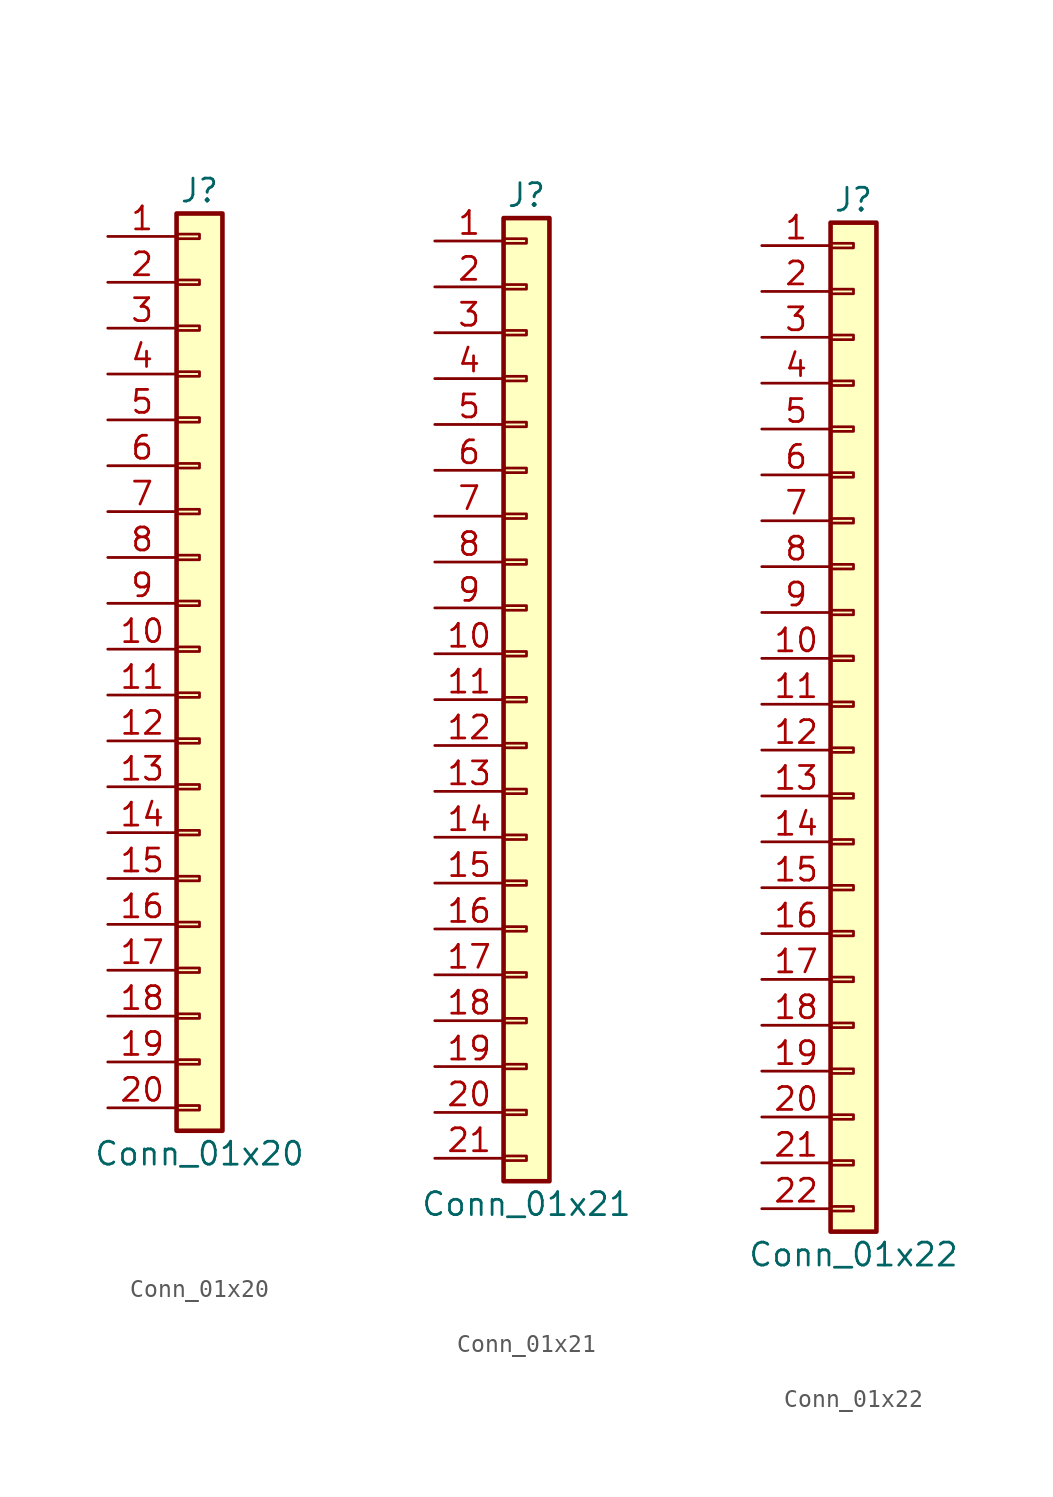
<source format=kicad_sym>
(kicad_symbol_lib
  (version 20220914)
  (generator kicad_symbol_editor)
  (symbol "Conn_01x20"
    (pin_names
      (offset 1.016) hide)
    (property "Reference" "J"
      (at 0 25.4 0)
      (effects (font (size 1.27 1.27))))
    (property "Value" "Conn_01x20"
      (at 0 -27.94 0)
      (effects (font (size 1.27 1.27))))
    (symbol "Conn_01x20_1_1"
      (rectangle (start -1.27 -25.273) (end 0 -25.527) (stroke (width 0.152) (type solid)) (fill (type none)))
      (rectangle (start -1.27 -22.733) (end 0 -22.987) (stroke (width 0.152) (type solid)) (fill (type none)))
      (rectangle (start -1.27 -20.193) (end 0 -20.447) (stroke (width 0.152) (type solid)) (fill (type none)))
      (rectangle (start -1.27 -17.653) (end 0 -17.907) (stroke (width 0.152) (type solid)) (fill (type none)))
      (rectangle (start -1.27 -15.113) (end 0 -15.367) (stroke (width 0.152) (type solid)) (fill (type none)))
      (rectangle (start -1.27 -12.573) (end 0 -12.827) (stroke (width 0.152) (type solid)) (fill (type none)))
      (rectangle (start -1.27 -10.033) (end 0 -10.287) (stroke (width 0.152) (type solid)) (fill (type none)))
      (rectangle (start -1.27 -7.493) (end 0 -7.747) (stroke (width 0.152) (type solid)) (fill (type none)))
      (rectangle (start -1.27 -4.953) (end 0 -5.207) (stroke (width 0.152) (type solid)) (fill (type none)))
      (rectangle (start -1.27 -2.413) (end 0 -2.667) (stroke (width 0.152) (type solid)) (fill (type none)))
      (rectangle (start -1.27 0.127) (end 0 -0.127) (stroke (width 0.152) (type solid)) (fill (type none)))
      (rectangle (start -1.27 2.667) (end 0 2.413) (stroke (width 0.152) (type solid)) (fill (type none)))
      (rectangle (start -1.27 5.207) (end 0 4.953) (stroke (width 0.152) (type solid)) (fill (type none)))
      (rectangle (start -1.27 7.747) (end 0 7.493) (stroke (width 0.152) (type solid)) (fill (type none)))
      (rectangle (start -1.27 10.287) (end 0 10.033) (stroke (width 0.152) (type solid)) (fill (type none)))
      (rectangle (start -1.27 12.827) (end 0 12.573) (stroke (width 0.152) (type solid)) (fill (type none)))
      (rectangle (start -1.27 15.367) (end 0 15.113) (stroke (width 0.152) (type solid)) (fill (type none)))
      (rectangle (start -1.27 17.907) (end 0 17.653) (stroke (width 0.152) (type solid)) (fill (type none)))
      (rectangle (start -1.27 20.447) (end 0 20.193) (stroke (width 0.152) (type solid)) (fill (type none)))
      (rectangle (start -1.27 22.987) (end 0 22.733) (stroke (width 0.152) (type solid)) (fill (type none)))
      (rectangle (start -1.27 24.13) (end 1.27 -26.67) (stroke (width 0.254) (type solid)) (fill (type background)))
      (pin passive line (at -5.08 22.86 0) (length 3.81) (name "Pin_1" (effects (font (size 1.27 1.27)))) (number "1" (effects (font (size 1.27 1.27)))))
      (pin passive line (at -5.08 0 0) (length 3.81) (name "Pin_10" (effects (font (size 1.27 1.27)))) (number "10" (effects (font (size 1.27 1.27)))))
      (pin passive line (at -5.08 -2.54 0) (length 3.81) (name "Pin_11" (effects (font (size 1.27 1.27)))) (number "11" (effects (font (size 1.27 1.27)))))
      (pin passive line (at -5.08 -5.08 0) (length 3.81) (name "Pin_12" (effects (font (size 1.27 1.27)))) (number "12" (effects (font (size 1.27 1.27)))))
      (pin passive line (at -5.08 -7.62 0) (length 3.81) (name "Pin_13" (effects (font (size 1.27 1.27)))) (number "13" (effects (font (size 1.27 1.27)))))
      (pin passive line (at -5.08 -10.16 0) (length 3.81) (name "Pin_14" (effects (font (size 1.27 1.27)))) (number "14" (effects (font (size 1.27 1.27)))))
      (pin passive line (at -5.08 -12.7 0) (length 3.81) (name "Pin_15" (effects (font (size 1.27 1.27)))) (number "15" (effects (font (size 1.27 1.27)))))
      (pin passive line (at -5.08 -15.24 0) (length 3.81) (name "Pin_16" (effects (font (size 1.27 1.27)))) (number "16" (effects (font (size 1.27 1.27)))))
      (pin passive line (at -5.08 -17.78 0) (length 3.81) (name "Pin_17" (effects (font (size 1.27 1.27)))) (number "17" (effects (font (size 1.27 1.27)))))
      (pin passive line (at -5.08 -20.32 0) (length 3.81) (name "Pin_18" (effects (font (size 1.27 1.27)))) (number "18" (effects (font (size 1.27 1.27)))))
      (pin passive line (at -5.08 -22.86 0) (length 3.81) (name "Pin_19" (effects (font (size 1.27 1.27)))) (number "19" (effects (font (size 1.27 1.27)))))
      (pin passive line (at -5.08 20.32 0) (length 3.81) (name "Pin_2" (effects (font (size 1.27 1.27)))) (number "2" (effects (font (size 1.27 1.27)))))
      (pin passive line (at -5.08 -25.4 0) (length 3.81) (name "Pin_20" (effects (font (size 1.27 1.27)))) (number "20" (effects (font (size 1.27 1.27)))))
      (pin passive line (at -5.08 17.78 0) (length 3.81) (name "Pin_3" (effects (font (size 1.27 1.27)))) (number "3" (effects (font (size 1.27 1.27)))))
      (pin passive line (at -5.08 15.24 0) (length 3.81) (name "Pin_4" (effects (font (size 1.27 1.27)))) (number "4" (effects (font (size 1.27 1.27)))))
      (pin passive line (at -5.08 12.7 0) (length 3.81) (name "Pin_5" (effects (font (size 1.27 1.27)))) (number "5" (effects (font (size 1.27 1.27)))))
      (pin passive line (at -5.08 10.16 0) (length 3.81) (name "Pin_6" (effects (font (size 1.27 1.27)))) (number "6" (effects (font (size 1.27 1.27)))))
      (pin passive line (at -5.08 7.62 0) (length 3.81) (name "Pin_7" (effects (font (size 1.27 1.27)))) (number "7" (effects (font (size 1.27 1.27)))))
      (pin passive line (at -5.08 5.08 0) (length 3.81) (name "Pin_8" (effects (font (size 1.27 1.27)))) (number "8" (effects (font (size 1.27 1.27)))))
      (pin passive line (at -5.08 2.54 0) (length 3.81) (name "Pin_9" (effects (font (size 1.27 1.27)))) (number "9" (effects (font (size 1.27 1.27)))))))
  (symbol "Conn_01x21"
    (pin_names
      (offset 1.016) hide)
    (property "Reference" "J"
      (at 0 27.94 0)
      (effects (font (size 1.27 1.27))))
    (property "Value" "Conn_01x21"
      (at 0 -27.94 0)
      (effects (font (size 1.27 1.27))))
    (symbol "Conn_01x21_1_1"
      (rectangle (start -1.27 -25.273) (end 0 -25.527) (stroke (width 0.152) (type solid)) (fill (type none)))
      (rectangle (start -1.27 -22.733) (end 0 -22.987) (stroke (width 0.152) (type solid)) (fill (type none)))
      (rectangle (start -1.27 -20.193) (end 0 -20.447) (stroke (width 0.152) (type solid)) (fill (type none)))
      (rectangle (start -1.27 -17.653) (end 0 -17.907) (stroke (width 0.152) (type solid)) (fill (type none)))
      (rectangle (start -1.27 -15.113) (end 0 -15.367) (stroke (width 0.152) (type solid)) (fill (type none)))
      (rectangle (start -1.27 -12.573) (end 0 -12.827) (stroke (width 0.152) (type solid)) (fill (type none)))
      (rectangle (start -1.27 -10.033) (end 0 -10.287) (stroke (width 0.152) (type solid)) (fill (type none)))
      (rectangle (start -1.27 -7.493) (end 0 -7.747) (stroke (width 0.152) (type solid)) (fill (type none)))
      (rectangle (start -1.27 -4.953) (end 0 -5.207) (stroke (width 0.152) (type solid)) (fill (type none)))
      (rectangle (start -1.27 -2.413) (end 0 -2.667) (stroke (width 0.152) (type solid)) (fill (type none)))
      (rectangle (start -1.27 0.127) (end 0 -0.127) (stroke (width 0.152) (type solid)) (fill (type none)))
      (rectangle (start -1.27 2.667) (end 0 2.413) (stroke (width 0.152) (type solid)) (fill (type none)))
      (rectangle (start -1.27 5.207) (end 0 4.953) (stroke (width 0.152) (type solid)) (fill (type none)))
      (rectangle (start -1.27 7.747) (end 0 7.493) (stroke (width 0.152) (type solid)) (fill (type none)))
      (rectangle (start -1.27 10.287) (end 0 10.033) (stroke (width 0.152) (type solid)) (fill (type none)))
      (rectangle (start -1.27 12.827) (end 0 12.573) (stroke (width 0.152) (type solid)) (fill (type none)))
      (rectangle (start -1.27 15.367) (end 0 15.113) (stroke (width 0.152) (type solid)) (fill (type none)))
      (rectangle (start -1.27 17.907) (end 0 17.653) (stroke (width 0.152) (type solid)) (fill (type none)))
      (rectangle (start -1.27 20.447) (end 0 20.193) (stroke (width 0.152) (type solid)) (fill (type none)))
      (rectangle (start -1.27 22.987) (end 0 22.733) (stroke (width 0.152) (type solid)) (fill (type none)))
      (rectangle (start -1.27 25.527) (end 0 25.273) (stroke (width 0.152) (type solid)) (fill (type none)))
      (rectangle (start -1.27 26.67) (end 1.27 -26.67) (stroke (width 0.254) (type solid)) (fill (type background)))
      (pin passive line (at -5.08 25.4 0) (length 3.81) (name "Pin_1" (effects (font (size 1.27 1.27)))) (number "1" (effects (font (size 1.27 1.27)))))
      (pin passive line (at -5.08 2.54 0) (length 3.81) (name "Pin_10" (effects (font (size 1.27 1.27)))) (number "10" (effects (font (size 1.27 1.27)))))
      (pin passive line (at -5.08 0 0) (length 3.81) (name "Pin_11" (effects (font (size 1.27 1.27)))) (number "11" (effects (font (size 1.27 1.27)))))
      (pin passive line (at -5.08 -2.54 0) (length 3.81) (name "Pin_12" (effects (font (size 1.27 1.27)))) (number "12" (effects (font (size 1.27 1.27)))))
      (pin passive line (at -5.08 -5.08 0) (length 3.81) (name "Pin_13" (effects (font (size 1.27 1.27)))) (number "13" (effects (font (size 1.27 1.27)))))
      (pin passive line (at -5.08 -7.62 0) (length 3.81) (name "Pin_14" (effects (font (size 1.27 1.27)))) (number "14" (effects (font (size 1.27 1.27)))))
      (pin passive line (at -5.08 -10.16 0) (length 3.81) (name "Pin_15" (effects (font (size 1.27 1.27)))) (number "15" (effects (font (size 1.27 1.27)))))
      (pin passive line (at -5.08 -12.7 0) (length 3.81) (name "Pin_16" (effects (font (size 1.27 1.27)))) (number "16" (effects (font (size 1.27 1.27)))))
      (pin passive line (at -5.08 -15.24 0) (length 3.81) (name "Pin_17" (effects (font (size 1.27 1.27)))) (number "17" (effects (font (size 1.27 1.27)))))
      (pin passive line (at -5.08 -17.78 0) (length 3.81) (name "Pin_18" (effects (font (size 1.27 1.27)))) (number "18" (effects (font (size 1.27 1.27)))))
      (pin passive line (at -5.08 -20.32 0) (length 3.81) (name "Pin_19" (effects (font (size 1.27 1.27)))) (number "19" (effects (font (size 1.27 1.27)))))
      (pin passive line (at -5.08 22.86 0) (length 3.81) (name "Pin_2" (effects (font (size 1.27 1.27)))) (number "2" (effects (font (size 1.27 1.27)))))
      (pin passive line (at -5.08 -22.86 0) (length 3.81) (name "Pin_20" (effects (font (size 1.27 1.27)))) (number "20" (effects (font (size 1.27 1.27)))))
      (pin passive line (at -5.08 -25.4 0) (length 3.81) (name "Pin_21" (effects (font (size 1.27 1.27)))) (number "21" (effects (font (size 1.27 1.27)))))
      (pin passive line (at -5.08 20.32 0) (length 3.81) (name "Pin_3" (effects (font (size 1.27 1.27)))) (number "3" (effects (font (size 1.27 1.27)))))
      (pin passive line (at -5.08 17.78 0) (length 3.81) (name "Pin_4" (effects (font (size 1.27 1.27)))) (number "4" (effects (font (size 1.27 1.27)))))
      (pin passive line (at -5.08 15.24 0) (length 3.81) (name "Pin_5" (effects (font (size 1.27 1.27)))) (number "5" (effects (font (size 1.27 1.27)))))
      (pin passive line (at -5.08 12.7 0) (length 3.81) (name "Pin_6" (effects (font (size 1.27 1.27)))) (number "6" (effects (font (size 1.27 1.27)))))
      (pin passive line (at -5.08 10.16 0) (length 3.81) (name "Pin_7" (effects (font (size 1.27 1.27)))) (number "7" (effects (font (size 1.27 1.27)))))
      (pin passive line (at -5.08 7.62 0) (length 3.81) (name "Pin_8" (effects (font (size 1.27 1.27)))) (number "8" (effects (font (size 1.27 1.27)))))
      (pin passive line (at -5.08 5.08 0) (length 3.81) (name "Pin_9" (effects (font (size 1.27 1.27)))) (number "9" (effects (font (size 1.27 1.27)))))))
  (symbol "Conn_01x22"
    (pin_names
      (offset 1.016) hide)
    (property "Reference" "J"
      (at 0 27.94 0)
      (effects (font (size 1.27 1.27))))
    (property "Value" "Conn_01x22"
      (at 0 -30.48 0)
      (effects (font (size 1.27 1.27))))
    (symbol "Conn_01x22_1_1"
      (rectangle (start -1.27 -27.813) (end 0 -28.067) (stroke (width 0.152) (type solid)) (fill (type none)))
      (rectangle (start -1.27 -25.273) (end 0 -25.527) (stroke (width 0.152) (type solid)) (fill (type none)))
      (rectangle (start -1.27 -22.733) (end 0 -22.987) (stroke (width 0.152) (type solid)) (fill (type none)))
      (rectangle (start -1.27 -20.193) (end 0 -20.447) (stroke (width 0.152) (type solid)) (fill (type none)))
      (rectangle (start -1.27 -17.653) (end 0 -17.907) (stroke (width 0.152) (type solid)) (fill (type none)))
      (rectangle (start -1.27 -15.113) (end 0 -15.367) (stroke (width 0.152) (type solid)) (fill (type none)))
      (rectangle (start -1.27 -12.573) (end 0 -12.827) (stroke (width 0.152) (type solid)) (fill (type none)))
      (rectangle (start -1.27 -10.033) (end 0 -10.287) (stroke (width 0.152) (type solid)) (fill (type none)))
      (rectangle (start -1.27 -7.493) (end 0 -7.747) (stroke (width 0.152) (type solid)) (fill (type none)))
      (rectangle (start -1.27 -4.953) (end 0 -5.207) (stroke (width 0.152) (type solid)) (fill (type none)))
      (rectangle (start -1.27 -2.413) (end 0 -2.667) (stroke (width 0.152) (type solid)) (fill (type none)))
      (rectangle (start -1.27 0.127) (end 0 -0.127) (stroke (width 0.152) (type solid)) (fill (type none)))
      (rectangle (start -1.27 2.667) (end 0 2.413) (stroke (width 0.152) (type solid)) (fill (type none)))
      (rectangle (start -1.27 5.207) (end 0 4.953) (stroke (width 0.152) (type solid)) (fill (type none)))
      (rectangle (start -1.27 7.747) (end 0 7.493) (stroke (width 0.152) (type solid)) (fill (type none)))
      (rectangle (start -1.27 10.287) (end 0 10.033) (stroke (width 0.152) (type solid)) (fill (type none)))
      (rectangle (start -1.27 12.827) (end 0 12.573) (stroke (width 0.152) (type solid)) (fill (type none)))
      (rectangle (start -1.27 15.367) (end 0 15.113) (stroke (width 0.152) (type solid)) (fill (type none)))
      (rectangle (start -1.27 17.907) (end 0 17.653) (stroke (width 0.152) (type solid)) (fill (type none)))
      (rectangle (start -1.27 20.447) (end 0 20.193) (stroke (width 0.152) (type solid)) (fill (type none)))
      (rectangle (start -1.27 22.987) (end 0 22.733) (stroke (width 0.152) (type solid)) (fill (type none)))
      (rectangle (start -1.27 25.527) (end 0 25.273) (stroke (width 0.152) (type solid)) (fill (type none)))
      (rectangle (start -1.27 26.67) (end 1.27 -29.21) (stroke (width 0.254) (type solid)) (fill (type background)))
      (pin passive line (at -5.08 25.4 0) (length 3.81) (name "Pin_1" (effects (font (size 1.27 1.27)))) (number "1" (effects (font (size 1.27 1.27)))))
      (pin passive line (at -5.08 2.54 0) (length 3.81) (name "Pin_10" (effects (font (size 1.27 1.27)))) (number "10" (effects (font (size 1.27 1.27)))))
      (pin passive line (at -5.08 0 0) (length 3.81) (name "Pin_11" (effects (font (size 1.27 1.27)))) (number "11" (effects (font (size 1.27 1.27)))))
      (pin passive line (at -5.08 -2.54 0) (length 3.81) (name "Pin_12" (effects (font (size 1.27 1.27)))) (number "12" (effects (font (size 1.27 1.27)))))
      (pin passive line (at -5.08 -5.08 0) (length 3.81) (name "Pin_13" (effects (font (size 1.27 1.27)))) (number "13" (effects (font (size 1.27 1.27)))))
      (pin passive line (at -5.08 -7.62 0) (length 3.81) (name "Pin_14" (effects (font (size 1.27 1.27)))) (number "14" (effects (font (size 1.27 1.27)))))
      (pin passive line (at -5.08 -10.16 0) (length 3.81) (name "Pin_15" (effects (font (size 1.27 1.27)))) (number "15" (effects (font (size 1.27 1.27)))))
      (pin passive line (at -5.08 -12.7 0) (length 3.81) (name "Pin_16" (effects (font (size 1.27 1.27)))) (number "16" (effects (font (size 1.27 1.27)))))
      (pin passive line (at -5.08 -15.24 0) (length 3.81) (name "Pin_17" (effects (font (size 1.27 1.27)))) (number "17" (effects (font (size 1.27 1.27)))))
      (pin passive line (at -5.08 -17.78 0) (length 3.81) (name "Pin_18" (effects (font (size 1.27 1.27)))) (number "18" (effects (font (size 1.27 1.27)))))
      (pin passive line (at -5.08 -20.32 0) (length 3.81) (name "Pin_19" (effects (font (size 1.27 1.27)))) (number "19" (effects (font (size 1.27 1.27)))))
      (pin passive line (at -5.08 22.86 0) (length 3.81) (name "Pin_2" (effects (font (size 1.27 1.27)))) (number "2" (effects (font (size 1.27 1.27)))))
      (pin passive line (at -5.08 -22.86 0) (length 3.81) (name "Pin_20" (effects (font (size 1.27 1.27)))) (number "20" (effects (font (size 1.27 1.27)))))
      (pin passive line (at -5.08 -25.4 0) (length 3.81) (name "Pin_21" (effects (font (size 1.27 1.27)))) (number "21" (effects (font (size 1.27 1.27)))))
      (pin passive line (at -5.08 -27.94 0) (length 3.81) (name "Pin_22" (effects (font (size 1.27 1.27)))) (number "22" (effects (font (size 1.27 1.27)))))
      (pin passive line (at -5.08 20.32 0) (length 3.81) (name "Pin_3" (effects (font (size 1.27 1.27)))) (number "3" (effects (font (size 1.27 1.27)))))
      (pin passive line (at -5.08 17.78 0) (length 3.81) (name "Pin_4" (effects (font (size 1.27 1.27)))) (number "4" (effects (font (size 1.27 1.27)))))
      (pin passive line (at -5.08 15.24 0) (length 3.81) (name "Pin_5" (effects (font (size 1.27 1.27)))) (number "5" (effects (font (size 1.27 1.27)))))
      (pin passive line (at -5.08 12.7 0) (length 3.81) (name "Pin_6" (effects (font (size 1.27 1.27)))) (number "6" (effects (font (size 1.27 1.27)))))
      (pin passive line (at -5.08 10.16 0) (length 3.81) (name "Pin_7" (effects (font (size 1.27 1.27)))) (number "7" (effects (font (size 1.27 1.27)))))
      (pin passive line (at -5.08 7.62 0) (length 3.81) (name "Pin_8" (effects (font (size 1.27 1.27)))) (number "8" (effects (font (size 1.27 1.27)))))
      (pin passive line (at -5.08 5.08 0) (length 3.81) (name "Pin_9" (effects (font (size 1.27 1.27)))) (number "9" (effects (font (size 1.27 1.27))))))))
</source>
